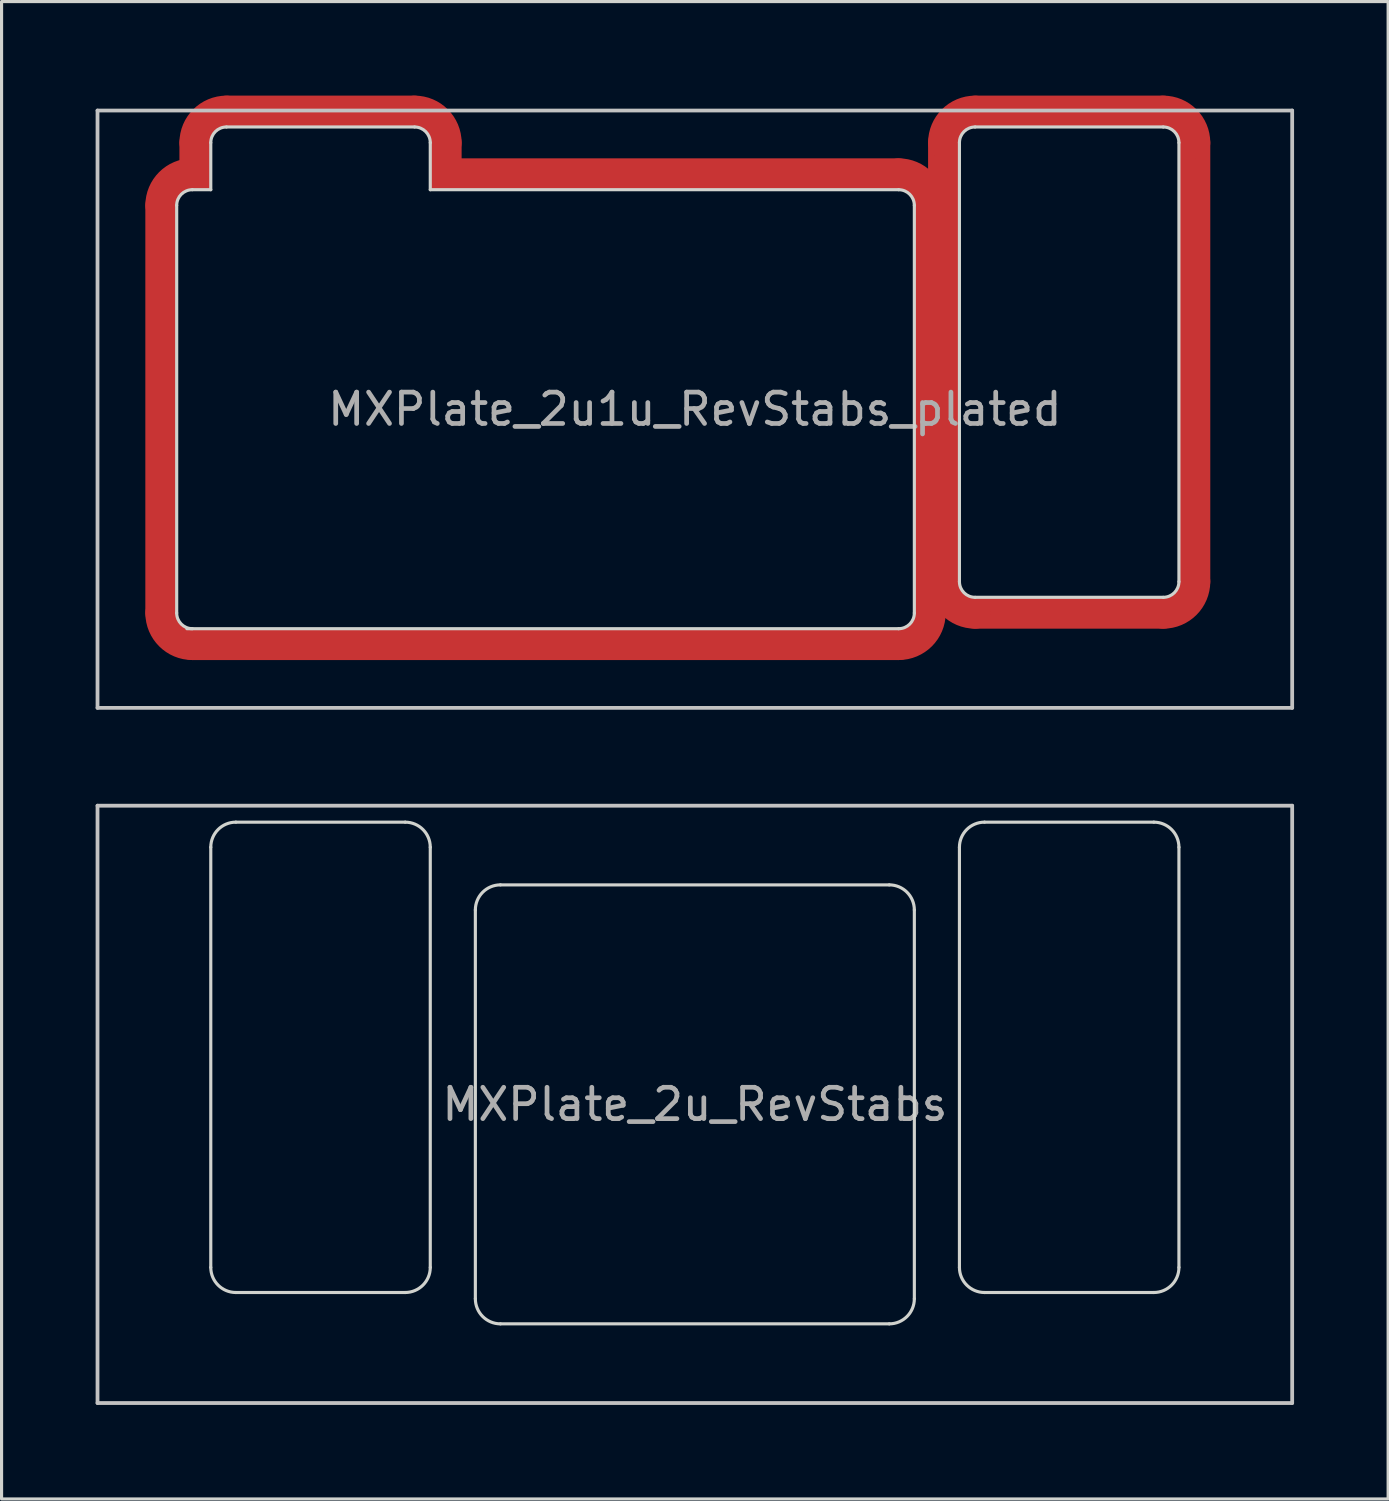
<source format=kicad_pcb>
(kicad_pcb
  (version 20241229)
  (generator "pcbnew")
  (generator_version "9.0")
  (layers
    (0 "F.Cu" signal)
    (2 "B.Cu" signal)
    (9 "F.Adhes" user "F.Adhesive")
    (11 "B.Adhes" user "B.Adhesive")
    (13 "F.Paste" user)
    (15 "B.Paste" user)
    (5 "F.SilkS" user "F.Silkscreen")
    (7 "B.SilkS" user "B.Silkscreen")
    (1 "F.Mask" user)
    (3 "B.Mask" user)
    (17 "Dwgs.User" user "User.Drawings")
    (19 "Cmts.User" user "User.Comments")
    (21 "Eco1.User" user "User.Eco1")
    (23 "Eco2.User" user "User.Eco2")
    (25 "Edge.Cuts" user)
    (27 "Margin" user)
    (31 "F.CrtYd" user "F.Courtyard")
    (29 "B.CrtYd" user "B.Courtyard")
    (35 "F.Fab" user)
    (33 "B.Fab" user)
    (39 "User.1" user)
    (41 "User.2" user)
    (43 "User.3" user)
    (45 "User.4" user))
  (footprint "MXPlate_2u1u_RevStabs_plated"
    (layer "F.Cu")
    (at 19.11 10)
    (property "Reference" "MXPlate_2u1u_RevStabs_plated" (at 0 0 0) (layer "F.Fab") (effects (font (size 1 1) (thickness 0.15))))
    (attr through_hole)
    (fp_line (start -17.025 -6.5) (end -17.025 6.5) (stroke (width 1) (type solid)) (layer "F.Cu"))
    (fp_line (start -16.025 7.5) (end 6.5 7.5) (stroke (width 1) (type solid)) (layer "F.Cu"))
    (fp_line (start -16.025 -7.5) (end -15.938 -7.5) (stroke (width 1) (type solid)) (layer "F.Cu"))
    (fp_line (start -15.938 -8.5) (end -15.938 -7.5) (stroke (width 1) (type solid)) (layer "F.Cu"))
    (fp_line (start -8.938 -9.5) (end -14.938 -9.5) (stroke (width 1) (type solid)) (layer "F.Cu"))
    (fp_line (start -7.938 -7.5) (end -7.938 -8.5) (stroke (width 1) (type solid)) (layer "F.Cu"))
    (fp_line (start 6.5 -7.5) (end -7.938 -7.5) (stroke (width 1) (type solid)) (layer "F.Cu"))
    (fp_line (start 7.5 6.5) (end 7.5 -6.5) (stroke (width 1) (type solid)) (layer "F.Cu"))
    (fp_line (start 7.938 -8.5) (end 7.938 5.5) (stroke (width 1) (type solid)) (layer "F.Cu"))
    (fp_line (start 8.938 6.5) (end 14.938 6.5) (stroke (width 1) (type solid)) (layer "F.Cu"))
    (fp_line (start 14.938 -9.5) (end 8.938 -9.5) (stroke (width 1) (type solid)) (layer "F.Cu"))
    (fp_line (start 15.938 5.5) (end 15.938 -8.5) (stroke (width 1) (type solid)) (layer "F.Cu"))
    (fp_rect (start -15.938 -7.5) (end -15.438 -7) (stroke (width 0) (type solid)) (fill yes) (layer "F.Cu"))
    (fp_rect (start -8.438 -7.5) (end -7.938 -7) (stroke (width 0) (type solid)) (fill yes) (layer "F.Cu"))
    (fp_arc (start -17.025 -6.5) (mid -16.732106 -7.207106) (end -16.024999 -7.499999) (stroke (width 1) (type solid)) (layer "F.Cu"))
    (fp_arc (start -16.025 7.500002) (mid -16.732107 7.207108) (end -17.025 6.5) (stroke (width 1) (type solid)) (layer "F.Cu"))
    (fp_arc (start -15.938 -8.499999) (mid -15.645107 -9.207106) (end -14.938 -9.499999) (stroke (width 1) (type solid)) (layer "F.Cu"))
    (fp_arc (start -8.937999 -9.499999) (mid -8.230892 -9.207106) (end -7.937999 -8.499999) (stroke (width 1) (type solid)) (layer "F.Cu"))
    (fp_arc (start 6.5 -7.499999) (mid 7.207107 -7.207106) (end 7.5 -6.499999) (stroke (width 1) (type solid)) (layer "F.Cu"))
    (fp_arc (start 7.5 6.500001) (mid 7.207107 7.207108) (end 6.5 7.500001) (stroke (width 1) (type solid)) (layer "F.Cu"))
    (fp_arc (start 7.938 -8.499999) (mid 8.230893 -9.207106) (end 8.938 -9.499999) (stroke (width 1) (type solid)) (layer "F.Cu"))
    (fp_arc (start 8.938 6.5) (mid 8.230893 6.207107) (end 7.938 5.5) (stroke (width 1) (type solid)) (layer "F.Cu"))
    (fp_arc (start 14.938 -9.499999) (mid 15.645107 -9.207106) (end 15.938 -8.499999) (stroke (width 1) (type solid)) (layer "F.Cu"))
    (fp_arc (start 15.937999 5.499999) (mid 15.645106 6.207106) (end 14.938 6.5) (stroke (width 1) (type solid)) (layer "F.Cu"))
    (fp_line (start -17.025 -6.5) (end -17.025 6.5) (stroke (width 1) (type solid)) (layer "F.Mask"))
    (fp_line (start -16.025 7.5) (end 6.5 7.5) (stroke (width 1) (type solid)) (layer "F.Mask"))
    (fp_line (start -16.025 -7.5) (end -15.938 -7.5) (stroke (width 1) (type solid)) (layer "F.Mask"))
    (fp_line (start -15.938 -8.5) (end -15.938 -7.5) (stroke (width 1) (type solid)) (layer "F.Mask"))
    (fp_line (start -8.938 -9.5) (end -14.938 -9.5) (stroke (width 1) (type solid)) (layer "F.Mask"))
    (fp_line (start -7.938 -7.5) (end -7.938 -8.5) (stroke (width 1) (type solid)) (layer "F.Mask"))
    (fp_line (start 6.5 -7.5) (end -7.938 -7.5) (stroke (width 1) (type solid)) (layer "F.Mask"))
    (fp_line (start 7.5 6.5) (end 7.5 -6.5) (stroke (width 1) (type solid)) (layer "F.Mask"))
    (fp_line (start 7.938 -8.5) (end 7.938 5.5) (stroke (width 1) (type solid)) (layer "F.Mask"))
    (fp_line (start 8.938 6.5) (end 14.938 6.5) (stroke (width 1) (type solid)) (layer "F.Mask"))
    (fp_line (start 14.938 -9.5) (end 8.938 -9.5) (stroke (width 1) (type solid)) (layer "F.Mask"))
    (fp_line (start 15.938 5.5) (end 15.938 -8.5) (stroke (width 1) (type solid)) (layer "F.Mask"))
    (fp_arc (start -17.025 -6.5) (mid -16.732106 -7.207106) (end -16.024999 -7.499999) (stroke (width 1) (type solid)) (layer "F.Mask"))
    (fp_arc (start -16.025 7.500002) (mid -16.732107 7.207108) (end -17.025 6.5) (stroke (width 1) (type solid)) (layer "F.Mask"))
    (fp_arc (start -15.938 -8.499999) (mid -15.645107 -9.207106) (end -14.938 -9.499999) (stroke (width 1) (type solid)) (layer "F.Mask"))
    (fp_arc (start -8.937999 -9.499999) (mid -8.230892 -9.207106) (end -7.937999 -8.499999) (stroke (width 1) (type solid)) (layer "F.Mask"))
    (fp_arc (start 6.5 -7.499999) (mid 7.207107 -7.207106) (end 7.5 -6.499999) (stroke (width 1) (type solid)) (layer "F.Mask"))
    (fp_arc (start 7.5 6.500001) (mid 7.207107 7.207108) (end 6.5 7.500001) (stroke (width 1) (type solid)) (layer "F.Mask"))
    (fp_arc (start 7.938 -8.499999) (mid 8.230893 -9.207106) (end 8.938 -9.499999) (stroke (width 1) (type solid)) (layer "F.Mask"))
    (fp_arc (start 8.938 6.5) (mid 8.230893 6.207107) (end 7.938 5.5) (stroke (width 1) (type solid)) (layer "F.Mask"))
    (fp_arc (start 14.938 -9.499999) (mid 15.645107 -9.207106) (end 15.938 -8.499999) (stroke (width 1) (type solid)) (layer "F.Mask"))
    (fp_arc (start 15.937999 5.499999) (mid 15.645106 6.207106) (end 14.938 6.5) (stroke (width 1) (type solid)) (layer "F.Mask"))
    (fp_line (start -19.05 -9.525) (end -19.05 9.525) (stroke (width 0.12) (type solid)) (layer "Dwgs.User"))
    (fp_line (start -19.05 -9.525) (end 19.05 -9.525) (stroke (width 0.12) (type solid)) (layer "Dwgs.User"))
    (fp_line (start -19.05 9.525) (end 19.05 9.525) (stroke (width 0.12) (type solid)) (layer "Dwgs.User"))
    (fp_line (start 19.05 -9.525) (end 19.05 9.525) (stroke (width 0.12) (type solid)) (layer "Dwgs.User"))
    (fp_line (start -16.525 -6.5) (end -16.525 6.5) (stroke (width 0.1) (type solid)) (layer "Edge.Cuts"))
    (fp_line (start -16.2 7) (end 6.5 7) (stroke (width 0.1) (type solid)) (layer "Edge.Cuts"))
    (fp_line (start -15.438 -7) (end -16.025 -7) (stroke (width 0.1) (type solid)) (layer "Edge.Cuts"))
    (fp_line (start -15.438 -7) (end -15.438 -8.5) (stroke (width 0.1) (type solid)) (layer "Edge.Cuts"))
    (fp_line (start -14.938 -9) (end -8.938 -9) (stroke (width 0.1) (type solid)) (layer "Edge.Cuts"))
    (fp_line (start -8.438 -8.5) (end -8.438 -7) (stroke (width 0.1) (type solid)) (layer "Edge.Cuts"))
    (fp_line (start 6.5 -7) (end -8.438 -7) (stroke (width 0.1) (type solid)) (layer "Edge.Cuts"))
    (fp_line (start 7 6.5) (end 7 -6.5) (stroke (width 0.1) (type solid)) (layer "Edge.Cuts"))
    (fp_line (start 8.438 5.5) (end 8.438 -8.5) (stroke (width 0.1) (type solid)) (layer "Edge.Cuts"))
    (fp_line (start 8.938 -9) (end 14.938 -9) (stroke (width 0.1) (type solid)) (layer "Edge.Cuts"))
    (fp_line (start 14.938 6) (end 8.938 6) (stroke (width 0.1) (type solid)) (layer "Edge.Cuts"))
    (fp_line (start 15.438 -8.5) (end 15.438 5.5) (stroke (width 0.1) (type solid)) (layer "Edge.Cuts"))
    (fp_arc (start -16.525 -6.5) (mid -16.378553 -6.853553) (end -16.024999 -6.999999) (stroke (width 0.1) (type solid)) (layer "Edge.Cuts"))
    (fp_arc (start -16.025 7.000002) (mid -16.378554 6.853554) (end -16.525 6.5) (stroke (width 0.1) (type solid)) (layer "Edge.Cuts"))
    (fp_arc (start -15.437999 -8.499998) (mid -15.291553 -8.853552) (end -14.938 -8.999999) (stroke (width 0.1) (type solid)) (layer "Edge.Cuts"))
    (fp_arc (start -8.937999 -8.999999) (mid -8.584446 -8.853552) (end -8.437999 -8.499999) (stroke (width 0.1) (type solid)) (layer "Edge.Cuts"))
    (fp_arc (start 6.5 -6.999999) (mid 6.853553 -6.853552) (end 7 -6.499999) (stroke (width 0.1) (type solid)) (layer "Edge.Cuts"))
    (fp_arc (start 7 6.500001) (mid 6.853553 6.853554) (end 6.5 7.000001) (stroke (width 0.1) (type solid)) (layer "Edge.Cuts"))
    (fp_arc (start 8.438 -8.499999) (mid 8.584447 -8.853552) (end 8.938 -8.999999) (stroke (width 0.1) (type solid)) (layer "Edge.Cuts"))
    (fp_arc (start 8.938 6) (mid 8.584447 5.853553) (end 8.438 5.5) (stroke (width 0.1) (type solid)) (layer "Edge.Cuts"))
    (fp_arc (start 14.938 -8.999999) (mid 15.291553 -8.853552) (end 15.438 -8.499999) (stroke (width 0.1) (type solid)) (layer "Edge.Cuts"))
    (fp_arc (start 15.437999 5.499999) (mid 15.291553 5.853553) (end 14.938 6) (stroke (width 0.1) (type solid)) (layer "Edge.Cuts")))
  (footprint "MXPlate_2u_RevStabs"
    (layer "F.Cu")
    (at 19.11 32.17)
    (property "Reference" "MXPlate_2u_RevStabs" (at 0 0 0) (layer "F.Fab") (effects (font (size 1 1) (thickness 0.15))))
    (attr through_hole)
    (fp_line (start -19.05 -9.525) (end -19.05 9.525) (stroke (width 0.12) (type solid)) (layer "Dwgs.User"))
    (fp_line (start -19.05 -9.525) (end 19.05 -9.525) (stroke (width 0.12) (type solid)) (layer "Dwgs.User"))
    (fp_line (start -19.05 9.525) (end 19.05 9.525) (stroke (width 0.12) (type solid)) (layer "Dwgs.User"))
    (fp_line (start 19.05 -9.525) (end 19.05 9.525) (stroke (width 0.12) (type solid)) (layer "Dwgs.User"))
    (fp_line (start -15.438 5.2) (end -15.438 -8.2) (stroke (width 0.1) (type solid)) (layer "Edge.Cuts"))
    (fp_line (start -14.638 -9) (end -9.238 -9) (stroke (width 0.1) (type solid)) (layer "Edge.Cuts"))
    (fp_line (start -9.238 6) (end -14.638 6) (stroke (width 0.1) (type solid)) (layer "Edge.Cuts"))
    (fp_line (start -8.438 -8.2) (end -8.438 5.2) (stroke (width 0.1) (type solid)) (layer "Edge.Cuts"))
    (fp_line (start -7 -6.2) (end -7 6.2) (stroke (width 0.1) (type solid)) (layer "Edge.Cuts"))
    (fp_line (start -6.2 7) (end 6.2 7) (stroke (width 0.1) (type solid)) (layer "Edge.Cuts"))
    (fp_line (start 6.2 -7) (end -6.2 -7) (stroke (width 0.1) (type solid)) (layer "Edge.Cuts"))
    (fp_line (start 7 6.2) (end 7 -6.2) (stroke (width 0.1) (type solid)) (layer "Edge.Cuts"))
    (fp_line (start 8.438 5.2) (end 8.438 -8.2) (stroke (width 0.1) (type solid)) (layer "Edge.Cuts"))
    (fp_line (start 9.238 -9) (end 14.638 -9) (stroke (width 0.1) (type solid)) (layer "Edge.Cuts"))
    (fp_line (start 14.638 6) (end 9.238 6) (stroke (width 0.1) (type solid)) (layer "Edge.Cuts"))
    (fp_line (start 15.438 -8.2) (end 15.438 5.2) (stroke (width 0.1) (type solid)) (layer "Edge.Cuts"))
    (fp_arc (start -15.438 -8.2) (mid -15.203685 -8.765685) (end -14.638 -9) (stroke (width 0.1) (type solid)) (layer "Edge.Cuts"))
    (fp_arc (start -14.638 6) (mid -15.203685 5.765685) (end -15.438 5.2) (stroke (width 0.1) (type solid)) (layer "Edge.Cuts"))
    (fp_arc (start -9.238 -9) (mid -8.672315 -8.765685) (end -8.438 -8.2) (stroke (width 0.1) (type solid)) (layer "Edge.Cuts"))
    (fp_arc (start -8.438 5.2) (mid -8.672315 5.765685) (end -9.238 6) (stroke (width 0.1) (type solid)) (layer "Edge.Cuts"))
    (fp_arc (start -7 -6.2) (mid -6.765685 -6.765685) (end -6.2 -7) (stroke (width 0.1) (type solid)) (layer "Edge.Cuts"))
    (fp_arc (start -6.2 7) (mid -6.765685 6.765685) (end -7 6.2) (stroke (width 0.1) (type solid)) (layer "Edge.Cuts"))
    (fp_arc (start 6.2 -7) (mid 6.765685 -6.765685) (end 7 -6.2) (stroke (width 0.1) (type solid)) (layer "Edge.Cuts"))
    (fp_arc (start 7 6.200001) (mid 6.765685 6.765686) (end 6.2 7.000001) (stroke (width 0.1) (type solid)) (layer "Edge.Cuts"))
    (fp_arc (start 8.438 -8.2) (mid 8.672315 -8.765685) (end 9.238 -9) (stroke (width 0.1) (type solid)) (layer "Edge.Cuts"))
    (fp_arc (start 9.238 6) (mid 8.672315 5.765685) (end 8.438 5.2) (stroke (width 0.1) (type solid)) (layer "Edge.Cuts"))
    (fp_arc (start 14.638 -9) (mid 15.203685 -8.765685) (end 15.438 -8.2) (stroke (width 0.1) (type solid)) (layer "Edge.Cuts"))
    (fp_arc (start 15.438 5.2) (mid 15.203685 5.765685) (end 14.638 6) (stroke (width 0.1) (type solid)) (layer "Edge.Cuts")))
  (gr_rect
    (start -3 -3)
    (end 41.22 44.755)
    (stroke (width 0.1) (type default))
    (fill no)
    (layer "Edge.Cuts")))
</source>
